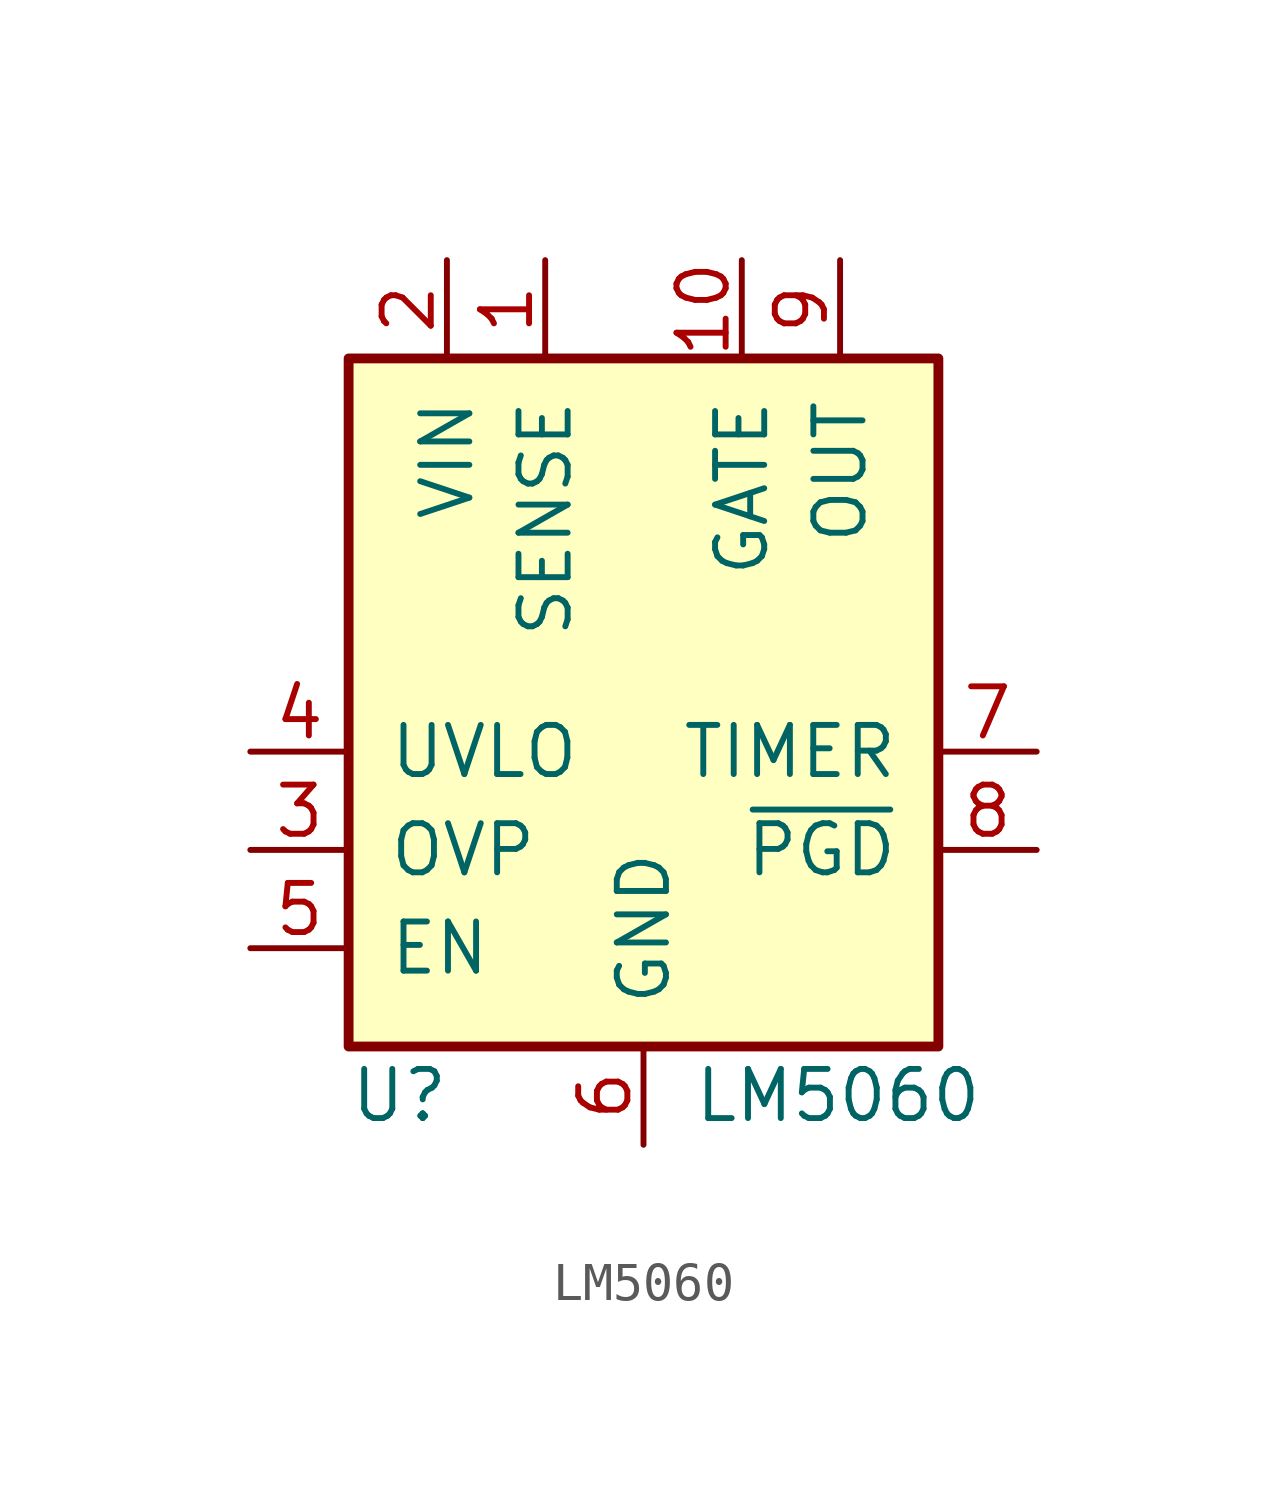
<source format=kicad_sym>
(kicad_symbol_lib
  (version 20241209)
  (generator "kicad_symbol_editor")
  (generator_version "9.0")
  (symbol "LM5060"
    (pin_names
      (offset 1.016))
    (property "Reference" "U"
      (at -7.62 -11.43 0)
      (effects (font (size 1.27 1.27)) (justify left)))
    (property "Value" "LM5060"
      (at 1.27 -11.43 0)
      (effects (font (size 1.27 1.27)) (justify left)))
    (symbol "LM5060_0_1"
      (rectangle (start 7.62 7.62) (end -7.62 -10.16) (stroke (width 0.254) (type default)) (fill (type background))))
    (symbol "LM5060_1_0"
      (pin power_in line (at 0 -12.7 90) (length 2.54) (name "GND" (effects (font (size 1.27 1.27)))) (number "6" (effects (font (size 1.27 1.27))))))
    (symbol "LM5060_1_1"
      (pin input line (at -10.16 -2.54 0) (length 2.54) (name "UVLO" (effects (font (size 1.27 1.27)))) (number "4" (effects (font (size 1.27 1.27)))))
      (pin input line (at -10.16 -5.08 0) (length 2.54) (name "OVP" (effects (font (size 1.27 1.27)))) (number "3" (effects (font (size 1.27 1.27)))))
      (pin input line (at -10.16 -7.62 0) (length 2.54) (name "EN" (effects (font (size 1.27 1.27)))) (number "5" (effects (font (size 1.27 1.27)))))
      (pin power_in line (at -5.08 10.16 270) (length 2.54) (name "VIN" (effects (font (size 1.27 1.27)))) (number "2" (effects (font (size 1.27 1.27)))))
      (pin input line (at -2.54 10.16 270) (length 2.54) (name "SENSE" (effects (font (size 1.27 1.27)))) (number "1" (effects (font (size 1.27 1.27)))))
      (pin output line (at 2.54 10.16 270) (length 2.54) (name "GATE" (effects (font (size 1.27 1.27)))) (number "10" (effects (font (size 1.27 1.27)))))
      (pin input line (at 5.08 10.16 270) (length 2.54) (name "OUT" (effects (font (size 1.27 1.27)))) (number "9" (effects (font (size 1.27 1.27)))))
      (pin input line (at 10.16 -2.54 180) (length 2.54) (name "TIMER" (effects (font (size 1.27 1.27)))) (number "7" (effects (font (size 1.27 1.27)))))
      (pin open_collector line (at 10.16 -5.08 180) (length 2.54) (name "~{PGD}" (effects (font (size 1.27 1.27)))) (number "8" (effects (font (size 1.27 1.27))))))))
</source>
